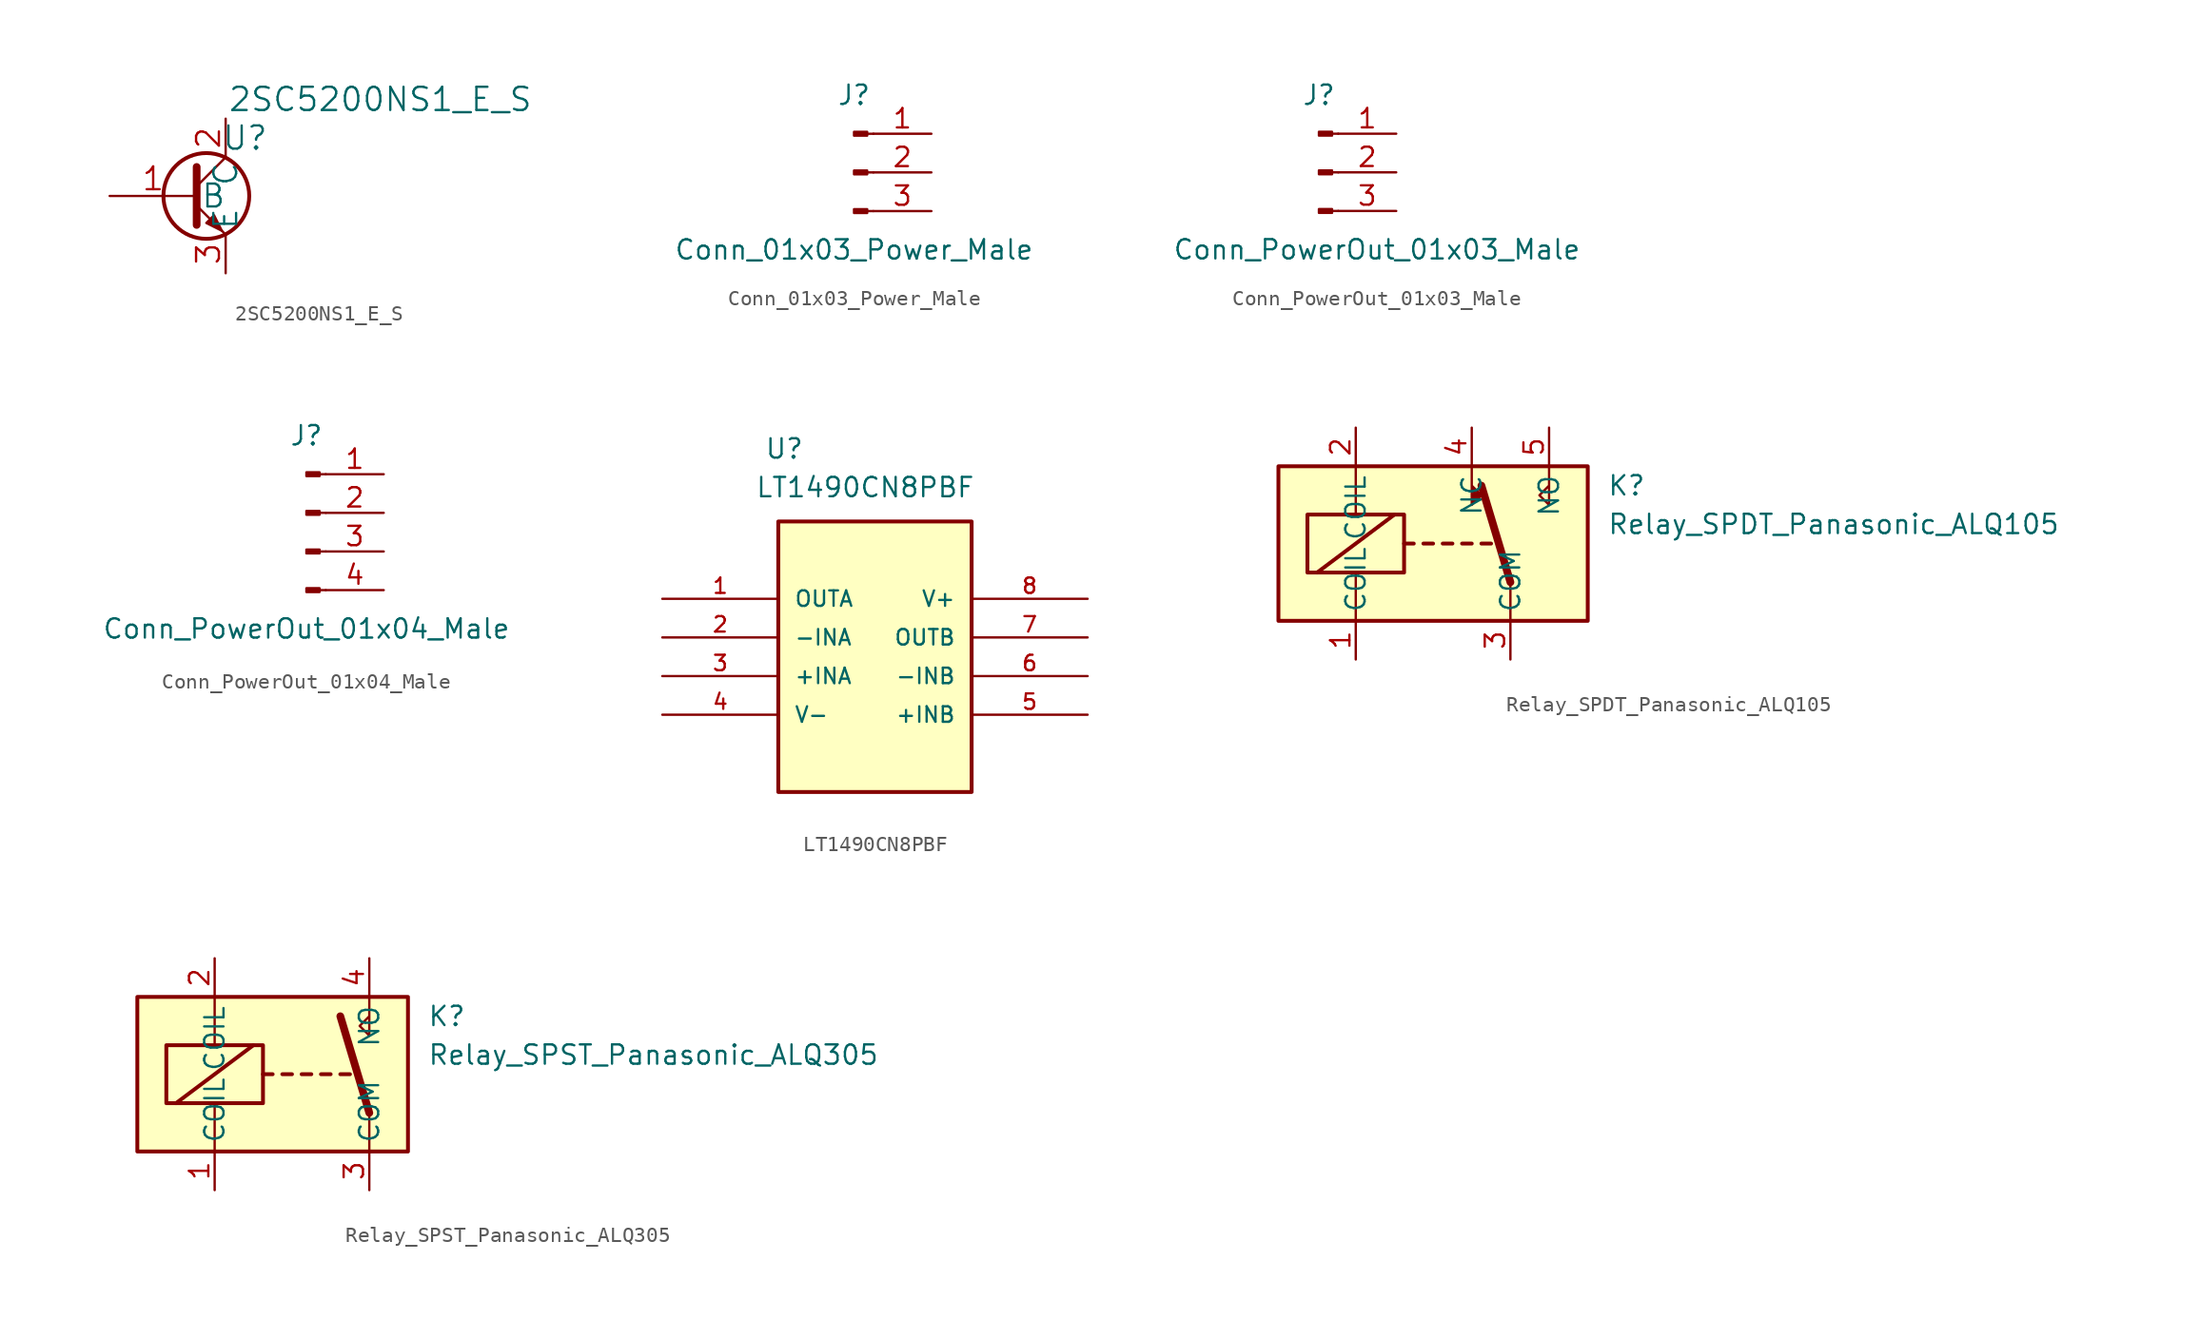
<source format=kicad_sym>
(kicad_symbol_lib
  (version 20211014)
  (generator kicad_symbol_editor)
  (symbol "2SC5200NS1_E_S"
    (pin_names
      (offset 0.254))
    (property "Reference" "U"
      (at 3.81 3.81 0)
      (effects (font (size 1.524 1.524))))
    (property "Value" "2SC5200NS1_E_S"
      (at 12.7 6.35 0)
      (effects (font (size 1.524 1.524))))
    (property "Datasheet" ""
      (at 1.27 0 0)
      (effects (font (size 1.524 1.524))))
    (property "ki_locked" ""
      (at 0 0 0)
      (effects (font (size 1.27 1.27))))
    (symbol "2SC5200NS1_E_S_1_1"
      (polyline (pts (xy 0.635 0.635) (xy 2.54 2.54)) (stroke (width 0) (type default) (color 0 0 0 0)) (fill (type none)))
      (polyline (pts (xy 0.635 -0.635) (xy 2.54 -2.54) (xy 2.54 -2.54)) (stroke (width 0) (type default) (color 0 0 0 0)) (fill (type none)))
      (polyline (pts (xy 0.635 1.905) (xy 0.635 -1.905) (xy 0.635 -1.905)) (stroke (width 0.508) (type default) (color 0 0 0 0)) (fill (type none)))
      (polyline (pts (xy 1.27 -1.778) (xy 1.778 -1.27) (xy 2.286 -2.286) (xy 1.27 -1.778) (xy 1.27 -1.778)) (stroke (width 0) (type default) (color 0 0 0 0)) (fill (type outline)))
      (circle (center 1.27 0) (radius 2.819) (stroke (width 0.254) (type default) (color 0 0 0 0)) (fill (type none)))
      (pin passive line (at -5.08 0 0) (length 5.715) (name "B" (effects (font (size 1.499 1.499)))) (number "1" (effects (font (size 1.499 1.499)))))
      (pin passive line (at 2.54 5.08 270) (length 2.54) (name "C" (effects (font (size 1.499 1.499)))) (number "2" (effects (font (size 1.499 1.499)))))
      (pin passive line (at 2.54 -5.08 90) (length 2.54) (name "E" (effects (font (size 1.499 1.499)))) (number "3" (effects (font (size 1.499 1.499)))))))
  (symbol "Conn_01x03_Power_Male"
    (pin_names
      (offset 1.016) hide)
    (property "Reference" "J"
      (at 0 5.08 0)
      (effects (font (size 1.27 1.27))))
    (property "Value" "Conn_01x03_Power_Male"
      (at 0 -5.08 0)
      (effects (font (size 1.27 1.27))))
    (symbol "Conn_01x03_Power_Male_1_1"
      (polyline (pts (xy 1.27 -2.54) (xy 0.864 -2.54)) (stroke (width 0.152) (type default) (color 0 0 0 0)) (fill (type none)))
      (polyline (pts (xy 1.27 0) (xy 0.864 0)) (stroke (width 0.152) (type default) (color 0 0 0 0)) (fill (type none)))
      (polyline (pts (xy 1.27 2.54) (xy 0.864 2.54)) (stroke (width 0.152) (type default) (color 0 0 0 0)) (fill (type none)))
      (rectangle (start 0.864 -2.413) (end 0 -2.667) (stroke (width 0.152) (type default) (color 0 0 0 0)) (fill (type outline)))
      (rectangle (start 0.864 0.127) (end 0 -0.127) (stroke (width 0.152) (type default) (color 0 0 0 0)) (fill (type outline)))
      (rectangle (start 0.864 2.667) (end 0 2.413) (stroke (width 0.152) (type default) (color 0 0 0 0)) (fill (type outline)))
      (pin power_out line (at 5.08 2.54 180) (length 3.81) (name "Pin_1" (effects (font (size 1.27 1.27)))) (number "1" (effects (font (size 1.27 1.27)))))
      (pin passive line (at 5.08 0 180) (length 3.81) (name "Pin_2" (effects (font (size 1.27 1.27)))) (number "2" (effects (font (size 1.27 1.27)))))
      (pin power_out line (at 5.08 -2.54 180) (length 3.81) (name "Pin_3" (effects (font (size 1.27 1.27)))) (number "3" (effects (font (size 1.27 1.27)))))))
  (symbol "Conn_PowerOut_01x03_Male"
    (pin_names
      (offset 1.016) hide)
    (property "Reference" "J"
      (at 0 5.08 0)
      (effects (font (size 1.27 1.27))))
    (property "Value" "Conn_PowerOut_01x03_Male"
      (at 3.81 -5.08 0)
      (effects (font (size 1.27 1.27))))
    (symbol "Conn_PowerOut_01x03_Male_1_1"
      (polyline (pts (xy 1.27 -2.54) (xy 0.864 -2.54)) (stroke (width 0.152) (type default) (color 0 0 0 0)) (fill (type none)))
      (polyline (pts (xy 1.27 0) (xy 0.864 0)) (stroke (width 0.152) (type default) (color 0 0 0 0)) (fill (type none)))
      (polyline (pts (xy 1.27 2.54) (xy 0.864 2.54)) (stroke (width 0.152) (type default) (color 0 0 0 0)) (fill (type none)))
      (rectangle (start 0.864 -2.413) (end 0 -2.667) (stroke (width 0.152) (type default) (color 0 0 0 0)) (fill (type outline)))
      (rectangle (start 0.864 0.127) (end 0 -0.127) (stroke (width 0.152) (type default) (color 0 0 0 0)) (fill (type outline)))
      (rectangle (start 0.864 2.667) (end 0 2.413) (stroke (width 0.152) (type default) (color 0 0 0 0)) (fill (type outline)))
      (pin power_out line (at 5.08 2.54 180) (length 3.81) (name "Pin_1" (effects (font (size 1.27 1.27)))) (number "1" (effects (font (size 1.27 1.27)))))
      (pin power_out line (at 5.08 0 180) (length 3.81) (name "Pin_2" (effects (font (size 1.27 1.27)))) (number "2" (effects (font (size 1.27 1.27)))))
      (pin power_out line (at 5.08 -2.54 180) (length 3.81) (name "Pin_3" (effects (font (size 1.27 1.27)))) (number "3" (effects (font (size 1.27 1.27)))))))
  (symbol "Conn_PowerOut_01x04_Male"
    (pin_names
      (offset 1.016) hide)
    (property "Reference" "J"
      (at 0 5.08 0)
      (effects (font (size 1.27 1.27))))
    (property "Value" "Conn_PowerOut_01x04_Male"
      (at 0 -7.62 0)
      (effects (font (size 1.27 1.27))))
    (symbol "Conn_PowerOut_01x04_Male_1_1"
      (polyline (pts (xy 1.27 -5.08) (xy 0.864 -5.08)) (stroke (width 0.152) (type default) (color 0 0 0 0)) (fill (type none)))
      (polyline (pts (xy 1.27 -2.54) (xy 0.864 -2.54)) (stroke (width 0.152) (type default) (color 0 0 0 0)) (fill (type none)))
      (polyline (pts (xy 1.27 0) (xy 0.864 0)) (stroke (width 0.152) (type default) (color 0 0 0 0)) (fill (type none)))
      (polyline (pts (xy 1.27 2.54) (xy 0.864 2.54)) (stroke (width 0.152) (type default) (color 0 0 0 0)) (fill (type none)))
      (rectangle (start 0.864 -4.953) (end 0 -5.207) (stroke (width 0.152) (type default) (color 0 0 0 0)) (fill (type outline)))
      (rectangle (start 0.864 -2.413) (end 0 -2.667) (stroke (width 0.152) (type default) (color 0 0 0 0)) (fill (type outline)))
      (rectangle (start 0.864 0.127) (end 0 -0.127) (stroke (width 0.152) (type default) (color 0 0 0 0)) (fill (type outline)))
      (rectangle (start 0.864 2.667) (end 0 2.413) (stroke (width 0.152) (type default) (color 0 0 0 0)) (fill (type outline)))
      (pin power_out line (at 5.08 2.54 180) (length 3.81) (name "Pin_1" (effects (font (size 1.27 1.27)))) (number "1" (effects (font (size 1.27 1.27)))))
      (pin power_out line (at 5.08 0 180) (length 3.81) (name "Pin_2" (effects (font (size 1.27 1.27)))) (number "2" (effects (font (size 1.27 1.27)))))
      (pin power_out line (at 5.08 -2.54 180) (length 3.81) (name "Pin_3" (effects (font (size 1.27 1.27)))) (number "3" (effects (font (size 1.27 1.27)))))
      (pin power_out line (at 5.08 -5.08 180) (length 3.81) (name "Pin_4" (effects (font (size 1.27 1.27)))) (number "4" (effects (font (size 1.27 1.27)))))))
  (symbol "LT1490CN8PBF"
    (pin_names
      (offset 1.016))
    (property "Reference" "U"
      (at 6.706 9.119 0)
      (effects (font (size 1.27 1.27)) (justify left bottom)))
    (property "Value" "LT1490CN8PBF"
      (at 6.096 6.579 0)
      (effects (font (size 1.27 1.27)) (justify left bottom)))
    (property "ki_locked" ""
      (at 0 0 0)
      (effects (font (size 1.27 1.27))))
    (symbol "LT1490CN8PBF_0_0"
      (polyline (pts (xy 7.62 5.08) (xy 7.62 -12.7)) (stroke (width 0.152) (type default) (color 0 0 0 0)) (fill (type none)))
      (polyline (pts (xy 20.32 -12.7) (xy 20.32 5.08)) (stroke (width 0.152) (type default) (color 0 0 0 0)) (fill (type none)))
      (pin output line (at 0 0 0) (length 7.62) (name "OUTA" (effects (font (size 1.016 1.016)))) (number "1" (effects (font (size 1.016 1.016)))))
      (pin input line (at 0 -2.54 0) (length 7.62) (name "-INA" (effects (font (size 1.016 1.016)))) (number "2" (effects (font (size 1.016 1.016)))))
      (pin input line (at 0 -5.08 0) (length 7.62) (name "+INA" (effects (font (size 1.016 1.016)))) (number "3" (effects (font (size 1.016 1.016)))))
      (pin power_in line (at 0 -7.62 0) (length 7.62) (name "V-" (effects (font (size 1.016 1.016)))) (number "4" (effects (font (size 1.016 1.016)))))
      (pin input line (at 27.94 -7.62 180) (length 7.62) (name "+INB" (effects (font (size 1.016 1.016)))) (number "5" (effects (font (size 1.016 1.016)))))
      (pin input line (at 27.94 -5.08 180) (length 7.62) (name "-INB" (effects (font (size 1.016 1.016)))) (number "6" (effects (font (size 1.016 1.016)))))
      (pin output line (at 27.94 -2.54 180) (length 7.62) (name "OUTB" (effects (font (size 1.016 1.016)))) (number "7" (effects (font (size 1.016 1.016)))))
      (pin power_in line (at 27.94 0 180) (length 7.62) (name "V+" (effects (font (size 1.016 1.016)))) (number "8" (effects (font (size 1.016 1.016))))))
    (symbol "LT1490CN8PBF_1_1"
      (rectangle (start 7.62 5.08) (end 20.32 -12.7) (stroke (width 0.254) (type default) (color 0 0 0 0)) (fill (type background)))))
  (symbol "Relay_SPDT_Panasonic_ALQ105"
    (property "Reference" "K"
      (at 11.43 3.81 0)
      (effects (font (size 1.27 1.27)) (justify left)))
    (property "Value" "Relay_SPDT_Panasonic_ALQ105"
      (at 11.43 1.27 0)
      (effects (font (size 1.27 1.27)) (justify left)))
    (symbol "Relay_SPDT_Panasonic_ALQ105_0_0"
      (polyline (pts (xy 2.54 5.08) (xy 2.54 2.54) (xy 3.175 3.175) (xy 2.54 3.81)) (stroke (width 0) (type default) (color 0 0 0 0)) (fill (type outline)))
      (polyline (pts (xy 7.62 5.08) (xy 7.62 2.54) (xy 6.985 3.175) (xy 7.62 3.81)) (stroke (width 0) (type default) (color 0 0 0 0)) (fill (type none))))
    (symbol "Relay_SPDT_Panasonic_ALQ105_0_1"
      (rectangle (start -10.16 5.08) (end 10.16 -5.08) (stroke (width 0.254) (type default) (color 0 0 0 0)) (fill (type background)))
      (rectangle (start -8.255 1.905) (end -1.905 -1.905) (stroke (width 0.254) (type default) (color 0 0 0 0)) (fill (type none)))
      (polyline (pts (xy -7.62 -1.905) (xy -2.54 1.905)) (stroke (width 0.254) (type default) (color 0 0 0 0)) (fill (type none)))
      (polyline (pts (xy -5.08 -5.08) (xy -5.08 -1.905)) (stroke (width 0) (type default) (color 0 0 0 0)) (fill (type none)))
      (polyline (pts (xy -5.08 5.08) (xy -5.08 1.905)) (stroke (width 0) (type default) (color 0 0 0 0)) (fill (type none)))
      (polyline (pts (xy -1.905 0) (xy -1.27 0)) (stroke (width 0.254) (type default) (color 0 0 0 0)) (fill (type none)))
      (polyline (pts (xy -0.635 0) (xy 0 0)) (stroke (width 0.254) (type default) (color 0 0 0 0)) (fill (type none)))
      (polyline (pts (xy 0.635 0) (xy 1.27 0)) (stroke (width 0.254) (type default) (color 0 0 0 0)) (fill (type none)))
      (polyline (pts (xy 1.905 0) (xy 2.54 0)) (stroke (width 0.254) (type default) (color 0 0 0 0)) (fill (type none)))
      (polyline (pts (xy 3.175 0) (xy 3.81 0)) (stroke (width 0.254) (type default) (color 0 0 0 0)) (fill (type none)))
      (polyline (pts (xy 5.08 -2.54) (xy 3.175 3.81)) (stroke (width 0.508) (type default) (color 0 0 0 0)) (fill (type none)))
      (polyline (pts (xy 5.08 -2.54) (xy 5.08 -5.08)) (stroke (width 0) (type default) (color 0 0 0 0)) (fill (type none))))
    (symbol "Relay_SPDT_Panasonic_ALQ105_1_1"
      (pin passive line (at -5.08 -7.62 90) (length 2.54) (name "COIL" (effects (font (size 1.27 1.27)))) (number "1" (effects (font (size 1.27 1.27)))))
      (pin passive line (at -5.08 7.62 270) (length 2.54) (name "COIL" (effects (font (size 1.27 1.27)))) (number "2" (effects (font (size 1.27 1.27)))))
      (pin passive line (at 5.08 -7.62 90) (length 2.54) (name "COM" (effects (font (size 1.27 1.27)))) (number "3" (effects (font (size 1.27 1.27)))))
      (pin passive line (at 2.54 7.62 270) (length 2.54) (name "NC" (effects (font (size 1.27 1.27)))) (number "4" (effects (font (size 1.27 1.27)))))
      (pin passive line (at 7.62 7.62 270) (length 2.54) (name "NO" (effects (font (size 1.27 1.27)))) (number "5" (effects (font (size 1.27 1.27)))))))
  (symbol "Relay_SPST_Panasonic_ALQ305"
    (property "Reference" "K"
      (at 8.89 3.81 0)
      (effects (font (size 1.27 1.27)) (justify left)))
    (property "Value" "Relay_SPST_Panasonic_ALQ305"
      (at 8.89 1.27 0)
      (effects (font (size 1.27 1.27)) (justify left)))
    (symbol "Relay_SPST_Panasonic_ALQ305_0_0"
      (polyline (pts (xy 5.08 5.08) (xy 5.08 2.54) (xy 4.445 3.175) (xy 5.08 3.81)) (stroke (width 0) (type default) (color 0 0 0 0)) (fill (type none))))
    (symbol "Relay_SPST_Panasonic_ALQ305_0_1"
      (rectangle (start -10.16 5.08) (end 7.62 -5.08) (stroke (width 0.254) (type default) (color 0 0 0 0)) (fill (type background)))
      (rectangle (start -8.255 1.905) (end -1.905 -1.905) (stroke (width 0.254) (type default) (color 0 0 0 0)) (fill (type none)))
      (polyline (pts (xy -7.62 -1.905) (xy -2.54 1.905)) (stroke (width 0.254) (type default) (color 0 0 0 0)) (fill (type none)))
      (polyline (pts (xy -5.08 -5.08) (xy -5.08 -1.905)) (stroke (width 0) (type default) (color 0 0 0 0)) (fill (type none)))
      (polyline (pts (xy -5.08 5.08) (xy -5.08 1.905)) (stroke (width 0) (type default) (color 0 0 0 0)) (fill (type none)))
      (polyline (pts (xy -1.905 0) (xy -1.27 0)) (stroke (width 0.254) (type default) (color 0 0 0 0)) (fill (type none)))
      (polyline (pts (xy -0.635 0) (xy 0 0)) (stroke (width 0.254) (type default) (color 0 0 0 0)) (fill (type none)))
      (polyline (pts (xy 0.635 0) (xy 1.27 0)) (stroke (width 0.254) (type default) (color 0 0 0 0)) (fill (type none)))
      (polyline (pts (xy 1.905 0) (xy 2.54 0)) (stroke (width 0.254) (type default) (color 0 0 0 0)) (fill (type none)))
      (polyline (pts (xy 3.175 0) (xy 3.81 0)) (stroke (width 0.254) (type default) (color 0 0 0 0)) (fill (type none)))
      (polyline (pts (xy 5.08 -2.54) (xy 3.175 3.81)) (stroke (width 0.508) (type default) (color 0 0 0 0)) (fill (type none)))
      (polyline (pts (xy 5.08 -2.54) (xy 5.08 -5.08)) (stroke (width 0) (type default) (color 0 0 0 0)) (fill (type none))))
    (symbol "Relay_SPST_Panasonic_ALQ305_1_1"
      (pin passive line (at -5.08 -7.62 90) (length 2.54) (name "COIL" (effects (font (size 1.27 1.27)))) (number "1" (effects (font (size 1.27 1.27)))))
      (pin passive line (at -5.08 7.62 270) (length 2.54) (name "COIL" (effects (font (size 1.27 1.27)))) (number "2" (effects (font (size 1.27 1.27)))))
      (pin passive line (at 5.08 -7.62 90) (length 2.54) (name "COM" (effects (font (size 1.27 1.27)))) (number "3" (effects (font (size 1.27 1.27)))))
      (pin passive line (at 5.08 7.62 270) (length 2.54) (name "NO" (effects (font (size 1.27 1.27)))) (number "4" (effects (font (size 1.27 1.27))))))))
</source>
